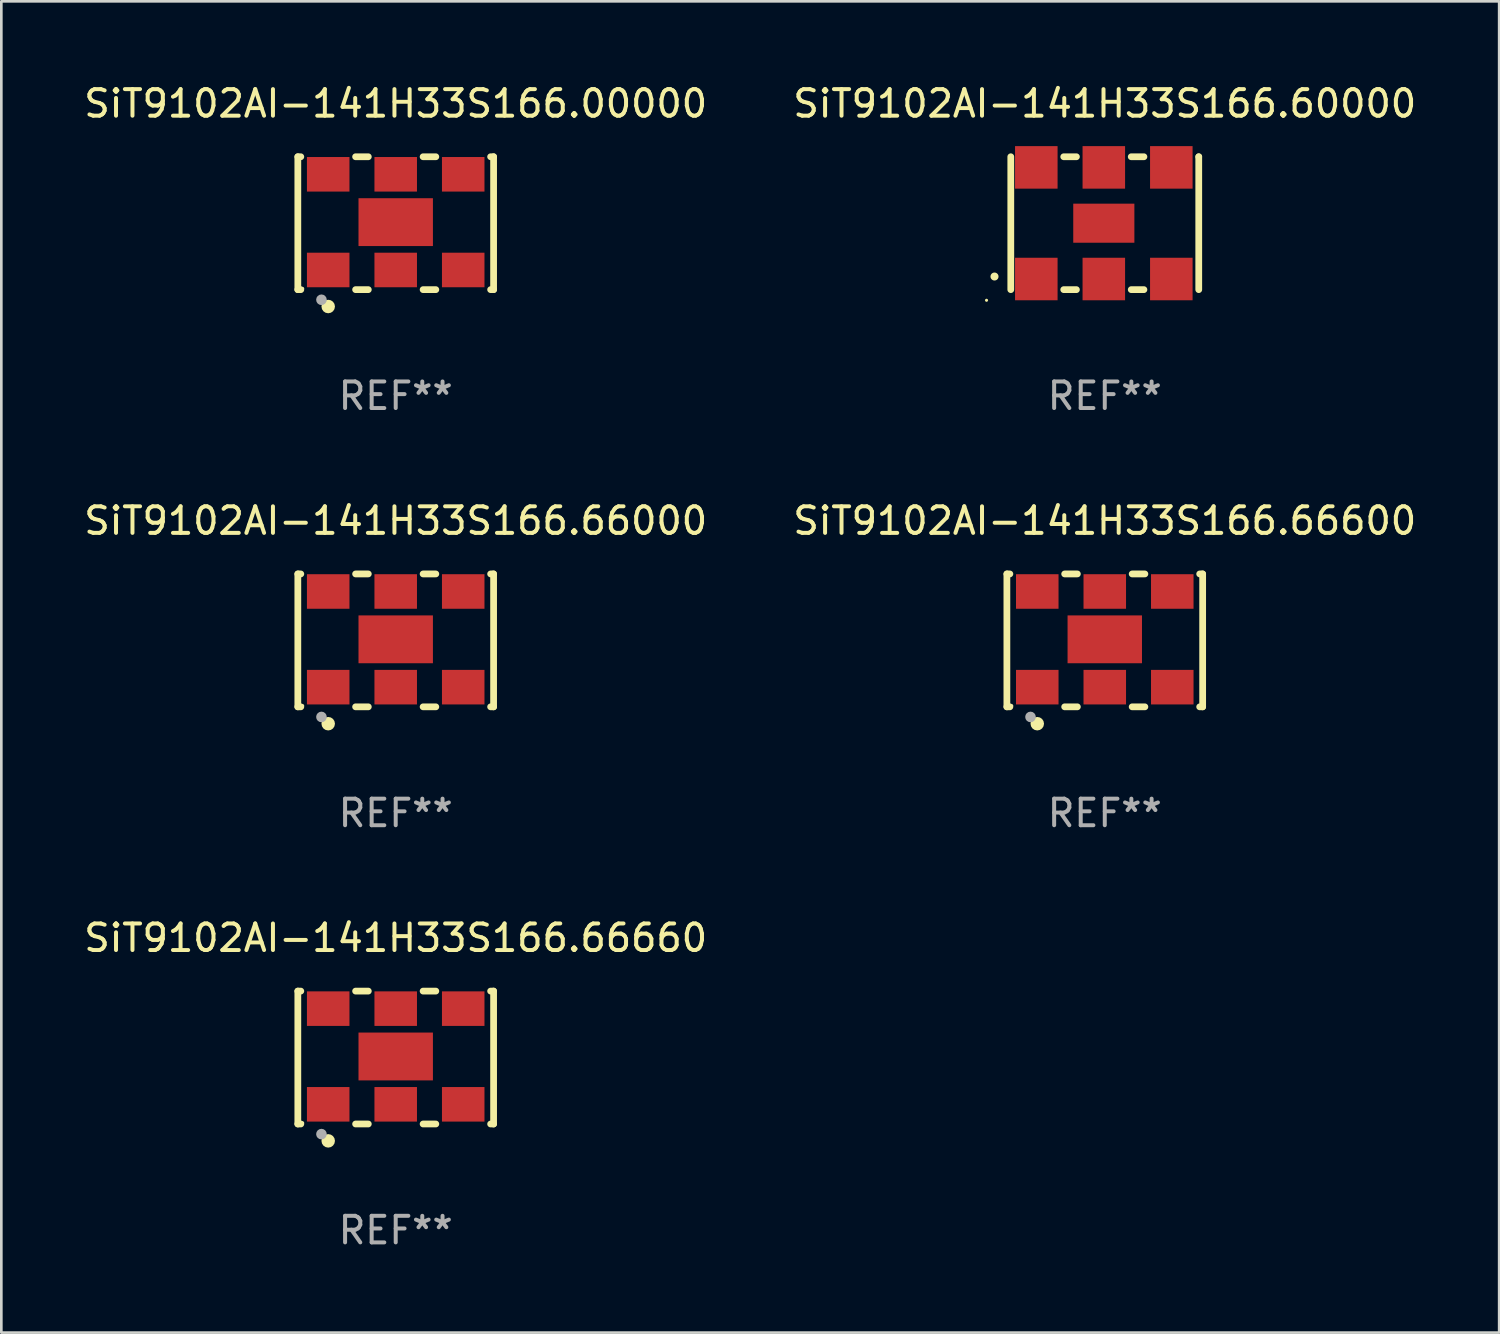
<source format=kicad_pcb>
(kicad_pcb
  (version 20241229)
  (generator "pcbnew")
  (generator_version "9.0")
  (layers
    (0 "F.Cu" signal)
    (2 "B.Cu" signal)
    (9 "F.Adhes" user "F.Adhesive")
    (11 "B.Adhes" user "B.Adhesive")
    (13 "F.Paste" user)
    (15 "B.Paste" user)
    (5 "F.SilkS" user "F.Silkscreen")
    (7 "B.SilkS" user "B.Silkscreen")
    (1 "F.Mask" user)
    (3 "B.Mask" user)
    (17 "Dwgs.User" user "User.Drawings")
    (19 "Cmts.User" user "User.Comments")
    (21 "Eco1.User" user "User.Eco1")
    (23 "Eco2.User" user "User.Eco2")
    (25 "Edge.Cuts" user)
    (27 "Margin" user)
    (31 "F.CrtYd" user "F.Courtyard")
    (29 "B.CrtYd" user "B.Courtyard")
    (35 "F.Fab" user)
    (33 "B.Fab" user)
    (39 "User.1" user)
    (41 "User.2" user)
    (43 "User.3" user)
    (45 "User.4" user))
  (footprint "SiT9102AI-141H33S166.60000"
    (layer "F.Cu")
    (at 38.518 5.348)
    (property "Reference" "SiT9102AI-141H33S166.60000" (at 0 -4.5 0) (layer "F.SilkS") (effects (font (size 1 1) (thickness 0.15))))
    (attr through_hole)
    (fp_line (start -3.536 -2.5) (end -3.536 2.5) (stroke (width 0.254) (type solid)) (layer "F.SilkS"))
    (fp_line (start -1.544 2.5) (end -1.067 2.5) (stroke (width 0.254) (type solid)) (layer "F.SilkS"))
    (fp_line (start -1.067 -2.5) (end -1.544 -2.5) (stroke (width 0.254) (type solid)) (layer "F.SilkS"))
    (fp_line (start 0.996 2.5) (end 1.473 2.5) (stroke (width 0.254) (type solid)) (layer "F.SilkS"))
    (fp_line (start 1.473 -2.5) (end 0.996 -2.5) (stroke (width 0.254) (type solid)) (layer "F.SilkS"))
    (fp_line (start 3.536 -2.5) (end 3.536 -2.5) (stroke (width 0.254) (type solid)) (layer "F.SilkS"))
    (fp_line (start 3.536 2.5) (end 3.536 -2.5) (stroke (width 0.254) (type solid)) (layer "F.SilkS"))
    (fp_arc (start -4.150432 2.006604) (mid -4.149162 2.006599) (end -4.147892 2.006604) (stroke (width 0.3) (type solid)) (layer "F.SilkS"))
    (fp_circle (center -4.449 2.9) (end -4.419 2.9) (stroke (width 0.06) (type solid)) (fill no) (layer "F.SilkS"))
    (fp_text user "REF**" (at 0 6.5 0) (layer "F.Fab") (effects (font (size 1 1) (thickness 0.15))))
    (pad "1" smd rect (at -2.576 2.1) (size 1.6 1.6) (layers "F.Cu" "F.Mask" "F.Paste"))
    (pad "2" smd rect (at -0.036 2.1) (size 1.6 1.6) (layers "F.Cu" "F.Mask" "F.Paste"))
    (pad "3" smd rect (at 2.504 2.1) (size 1.6 1.6) (layers "F.Cu" "F.Mask" "F.Paste"))
    (pad "4" smd rect (at 2.504 -2.1) (size 1.6 1.6) (layers "F.Cu" "F.Mask" "F.Paste"))
    (pad "5" smd rect (at -0.036 -2.1) (size 1.6 1.6) (layers "F.Cu" "F.Mask" "F.Paste"))
    (pad "6" smd rect (at -2.576 -2.1) (size 1.6 1.6) (layers "F.Cu" "F.Mask" "F.Paste"))
    (pad "7" smd rect (at -0.036 0) (size 2.3 1.47) (layers "F.Cu" "F.Mask" "F.Paste")))
  (footprint "SiT9102AI-141H33S166.66000"
    (layer "F.Cu")
    (at 11.839 21.045)
    (property "Reference" "SiT9102AI-141H33S166.66000" (at 0 -4.5 0) (layer "F.SilkS") (effects (font (size 1 1) (thickness 0.15))))
    (attr through_hole)
    (fp_line (start -3.683 -2.5) (end -3.571 -2.5) (stroke (width 0.254) (type solid)) (layer "F.SilkS"))
    (fp_line (start -3.683 2.5) (end -3.683 -2.5) (stroke (width 0.254) (type solid)) (layer "F.SilkS"))
    (fp_line (start -3.683 2.5) (end -3.571 2.5) (stroke (width 0.254) (type solid)) (layer "F.SilkS"))
    (fp_line (start -1.509 -2.5) (end -1.031 -2.5) (stroke (width 0.254) (type solid)) (layer "F.SilkS"))
    (fp_line (start -1.509 2.5) (end -1.031 2.5) (stroke (width 0.254) (type solid)) (layer "F.SilkS"))
    (fp_line (start 1.031 -2.5) (end 1.509 -2.5) (stroke (width 0.254) (type solid)) (layer "F.SilkS"))
    (fp_line (start 1.031 2.5) (end 1.509 2.5) (stroke (width 0.254) (type solid)) (layer "F.SilkS"))
    (fp_line (start 3.571 -2.5) (end 3.683 -2.5) (stroke (width 0.254) (type solid)) (layer "F.SilkS"))
    (fp_line (start 3.571 2.5) (end 3.683 2.5) (stroke (width 0.254) (type solid)) (layer "F.SilkS"))
    (fp_line (start 3.683 2.5) (end 3.683 -2.5) (stroke (width 0.254) (type solid)) (layer "F.SilkS"))
    (fp_circle (center -3.5 2.46) (end -3.47 2.46) (stroke (width 0.06) (type solid)) (fill no) (layer "F.SilkS"))
    (fp_circle (center -2.54 3.135) (end -2.413 3.135) (stroke (width 0.254) (type solid)) (fill no) (layer "F.SilkS"))
    (fp_circle (center -2.794 2.881) (end -2.694 2.881) (stroke (width 0.2) (type solid)) (fill no) (layer "F.Fab"))
    (fp_text user "REF**" (at 0 6.5 0) (layer "F.Fab") (effects (font (size 1 1) (thickness 0.15))))
    (pad "1" smd rect (at -2.54 1.76) (size 1.6 1.3) (layers "F.Cu" "F.Mask" "F.Paste"))
    (pad "2" smd rect (at 0 1.76) (size 1.6 1.3) (layers "F.Cu" "F.Mask" "F.Paste"))
    (pad "3" smd rect (at 2.54 1.76) (size 1.6 1.3) (layers "F.Cu" "F.Mask" "F.Paste"))
    (pad "4" smd rect (at 2.54 -1.84) (size 1.6 1.3) (layers "F.Cu" "F.Mask" "F.Paste"))
    (pad "5" smd rect (at 0 -1.84) (size 1.6 1.3) (layers "F.Cu" "F.Mask" "F.Paste"))
    (pad "6" smd rect (at -2.54 -1.84) (size 1.6 1.3) (layers "F.Cu" "F.Mask" "F.Paste"))
    (pad "7" smd rect (at 0 -0.04) (size 2.8 1.8) (layers "F.Cu" "F.Mask" "F.Paste")))
  (footprint "SiT9102AI-141H33S166.66600"
    (layer "F.Cu")
    (at 38.518 21.045)
    (property "Reference" "SiT9102AI-141H33S166.66600" (at 0 -4.5 0) (layer "F.SilkS") (effects (font (size 1 1) (thickness 0.15))))
    (attr through_hole)
    (fp_line (start -3.683 -2.5) (end -3.571 -2.5) (stroke (width 0.254) (type solid)) (layer "F.SilkS"))
    (fp_line (start -3.683 2.5) (end -3.683 -2.5) (stroke (width 0.254) (type solid)) (layer "F.SilkS"))
    (fp_line (start -3.683 2.5) (end -3.571 2.5) (stroke (width 0.254) (type solid)) (layer "F.SilkS"))
    (fp_line (start -1.509 -2.5) (end -1.031 -2.5) (stroke (width 0.254) (type solid)) (layer "F.SilkS"))
    (fp_line (start -1.509 2.5) (end -1.031 2.5) (stroke (width 0.254) (type solid)) (layer "F.SilkS"))
    (fp_line (start 1.031 -2.5) (end 1.509 -2.5) (stroke (width 0.254) (type solid)) (layer "F.SilkS"))
    (fp_line (start 1.031 2.5) (end 1.509 2.5) (stroke (width 0.254) (type solid)) (layer "F.SilkS"))
    (fp_line (start 3.571 -2.5) (end 3.683 -2.5) (stroke (width 0.254) (type solid)) (layer "F.SilkS"))
    (fp_line (start 3.571 2.5) (end 3.683 2.5) (stroke (width 0.254) (type solid)) (layer "F.SilkS"))
    (fp_line (start 3.683 2.5) (end 3.683 -2.5) (stroke (width 0.254) (type solid)) (layer "F.SilkS"))
    (fp_circle (center -3.5 2.46) (end -3.47 2.46) (stroke (width 0.06) (type solid)) (fill no) (layer "F.SilkS"))
    (fp_circle (center -2.54 3.135) (end -2.413 3.135) (stroke (width 0.254) (type solid)) (fill no) (layer "F.SilkS"))
    (fp_circle (center -2.794 2.881) (end -2.694 2.881) (stroke (width 0.2) (type solid)) (fill no) (layer "F.Fab"))
    (fp_text user "REF**" (at 0 6.5 0) (layer "F.Fab") (effects (font (size 1 1) (thickness 0.15))))
    (pad "1" smd rect (at -2.54 1.76) (size 1.6 1.3) (layers "F.Cu" "F.Mask" "F.Paste"))
    (pad "2" smd rect (at 0 1.76) (size 1.6 1.3) (layers "F.Cu" "F.Mask" "F.Paste"))
    (pad "3" smd rect (at 2.54 1.76) (size 1.6 1.3) (layers "F.Cu" "F.Mask" "F.Paste"))
    (pad "4" smd rect (at 2.54 -1.84) (size 1.6 1.3) (layers "F.Cu" "F.Mask" "F.Paste"))
    (pad "5" smd rect (at 0 -1.84) (size 1.6 1.3) (layers "F.Cu" "F.Mask" "F.Paste"))
    (pad "6" smd rect (at -2.54 -1.84) (size 1.6 1.3) (layers "F.Cu" "F.Mask" "F.Paste"))
    (pad "7" smd rect (at 0 -0.04) (size 2.8 1.8) (layers "F.Cu" "F.Mask" "F.Paste")))
  (footprint "SiT9102AI-141H33S166.00000"
    (layer "F.Cu")
    (at 11.839 5.348)
    (property "Reference" "SiT9102AI-141H33S166.00000" (at 0 -4.5 0) (layer "F.SilkS") (effects (font (size 1 1) (thickness 0.15))))
    (attr through_hole)
    (fp_line (start -3.683 -2.5) (end -3.571 -2.5) (stroke (width 0.254) (type solid)) (layer "F.SilkS"))
    (fp_line (start -3.683 2.5) (end -3.683 -2.5) (stroke (width 0.254) (type solid)) (layer "F.SilkS"))
    (fp_line (start -3.683 2.5) (end -3.571 2.5) (stroke (width 0.254) (type solid)) (layer "F.SilkS"))
    (fp_line (start -1.509 -2.5) (end -1.031 -2.5) (stroke (width 0.254) (type solid)) (layer "F.SilkS"))
    (fp_line (start -1.509 2.5) (end -1.031 2.5) (stroke (width 0.254) (type solid)) (layer "F.SilkS"))
    (fp_line (start 1.031 -2.5) (end 1.509 -2.5) (stroke (width 0.254) (type solid)) (layer "F.SilkS"))
    (fp_line (start 1.031 2.5) (end 1.509 2.5) (stroke (width 0.254) (type solid)) (layer "F.SilkS"))
    (fp_line (start 3.571 -2.5) (end 3.683 -2.5) (stroke (width 0.254) (type solid)) (layer "F.SilkS"))
    (fp_line (start 3.571 2.5) (end 3.683 2.5) (stroke (width 0.254) (type solid)) (layer "F.SilkS"))
    (fp_line (start 3.683 2.5) (end 3.683 -2.5) (stroke (width 0.254) (type solid)) (layer "F.SilkS"))
    (fp_circle (center -3.5 2.46) (end -3.47 2.46) (stroke (width 0.06) (type solid)) (fill no) (layer "F.SilkS"))
    (fp_circle (center -2.54 3.135) (end -2.413 3.135) (stroke (width 0.254) (type solid)) (fill no) (layer "F.SilkS"))
    (fp_circle (center -2.794 2.881) (end -2.694 2.881) (stroke (width 0.2) (type solid)) (fill no) (layer "F.Fab"))
    (fp_text user "REF**" (at 0 6.5 0) (layer "F.Fab") (effects (font (size 1 1) (thickness 0.15))))
    (pad "1" smd rect (at -2.54 1.76) (size 1.6 1.3) (layers "F.Cu" "F.Mask" "F.Paste"))
    (pad "2" smd rect (at 0 1.76) (size 1.6 1.3) (layers "F.Cu" "F.Mask" "F.Paste"))
    (pad "3" smd rect (at 2.54 1.76) (size 1.6 1.3) (layers "F.Cu" "F.Mask" "F.Paste"))
    (pad "4" smd rect (at 2.54 -1.84) (size 1.6 1.3) (layers "F.Cu" "F.Mask" "F.Paste"))
    (pad "5" smd rect (at 0 -1.84) (size 1.6 1.3) (layers "F.Cu" "F.Mask" "F.Paste"))
    (pad "6" smd rect (at -2.54 -1.84) (size 1.6 1.3) (layers "F.Cu" "F.Mask" "F.Paste"))
    (pad "7" smd rect (at 0 -0.04) (size 2.8 1.8) (layers "F.Cu" "F.Mask" "F.Paste")))
  (footprint "SiT9102AI-141H33S166.66660"
    (layer "F.Cu")
    (at 11.839 36.741)
    (property "Reference" "SiT9102AI-141H33S166.66660" (at 0 -4.5 0) (layer "F.SilkS") (effects (font (size 1 1) (thickness 0.15))))
    (attr through_hole)
    (fp_line (start -3.683 -2.5) (end -3.571 -2.5) (stroke (width 0.254) (type solid)) (layer "F.SilkS"))
    (fp_line (start -3.683 2.5) (end -3.683 -2.5) (stroke (width 0.254) (type solid)) (layer "F.SilkS"))
    (fp_line (start -3.683 2.5) (end -3.571 2.5) (stroke (width 0.254) (type solid)) (layer "F.SilkS"))
    (fp_line (start -1.509 -2.5) (end -1.031 -2.5) (stroke (width 0.254) (type solid)) (layer "F.SilkS"))
    (fp_line (start -1.509 2.5) (end -1.031 2.5) (stroke (width 0.254) (type solid)) (layer "F.SilkS"))
    (fp_line (start 1.031 -2.5) (end 1.509 -2.5) (stroke (width 0.254) (type solid)) (layer "F.SilkS"))
    (fp_line (start 1.031 2.5) (end 1.509 2.5) (stroke (width 0.254) (type solid)) (layer "F.SilkS"))
    (fp_line (start 3.571 -2.5) (end 3.683 -2.5) (stroke (width 0.254) (type solid)) (layer "F.SilkS"))
    (fp_line (start 3.571 2.5) (end 3.683 2.5) (stroke (width 0.254) (type solid)) (layer "F.SilkS"))
    (fp_line (start 3.683 2.5) (end 3.683 -2.5) (stroke (width 0.254) (type solid)) (layer "F.SilkS"))
    (fp_circle (center -3.5 2.46) (end -3.47 2.46) (stroke (width 0.06) (type solid)) (fill no) (layer "F.SilkS"))
    (fp_circle (center -2.54 3.135) (end -2.413 3.135) (stroke (width 0.254) (type solid)) (fill no) (layer "F.SilkS"))
    (fp_circle (center -2.794 2.881) (end -2.694 2.881) (stroke (width 0.2) (type solid)) (fill no) (layer "F.Fab"))
    (fp_text user "REF**" (at 0 6.5 0) (layer "F.Fab") (effects (font (size 1 1) (thickness 0.15))))
    (pad "1" smd rect (at -2.54 1.76) (size 1.6 1.3) (layers "F.Cu" "F.Mask" "F.Paste"))
    (pad "2" smd rect (at 0 1.76) (size 1.6 1.3) (layers "F.Cu" "F.Mask" "F.Paste"))
    (pad "3" smd rect (at 2.54 1.76) (size 1.6 1.3) (layers "F.Cu" "F.Mask" "F.Paste"))
    (pad "4" smd rect (at 2.54 -1.84) (size 1.6 1.3) (layers "F.Cu" "F.Mask" "F.Paste"))
    (pad "5" smd rect (at 0 -1.84) (size 1.6 1.3) (layers "F.Cu" "F.Mask" "F.Paste"))
    (pad "6" smd rect (at -2.54 -1.84) (size 1.6 1.3) (layers "F.Cu" "F.Mask" "F.Paste"))
    (pad "7" smd rect (at 0 -0.04) (size 2.8 1.8) (layers "F.Cu" "F.Mask" "F.Paste")))
  (gr_rect
    (start -3 -3)
    (end 53.357 47.09)
    (stroke (width 0.1) (type default))
    (fill no)
    (layer "Edge.Cuts")))
</source>
